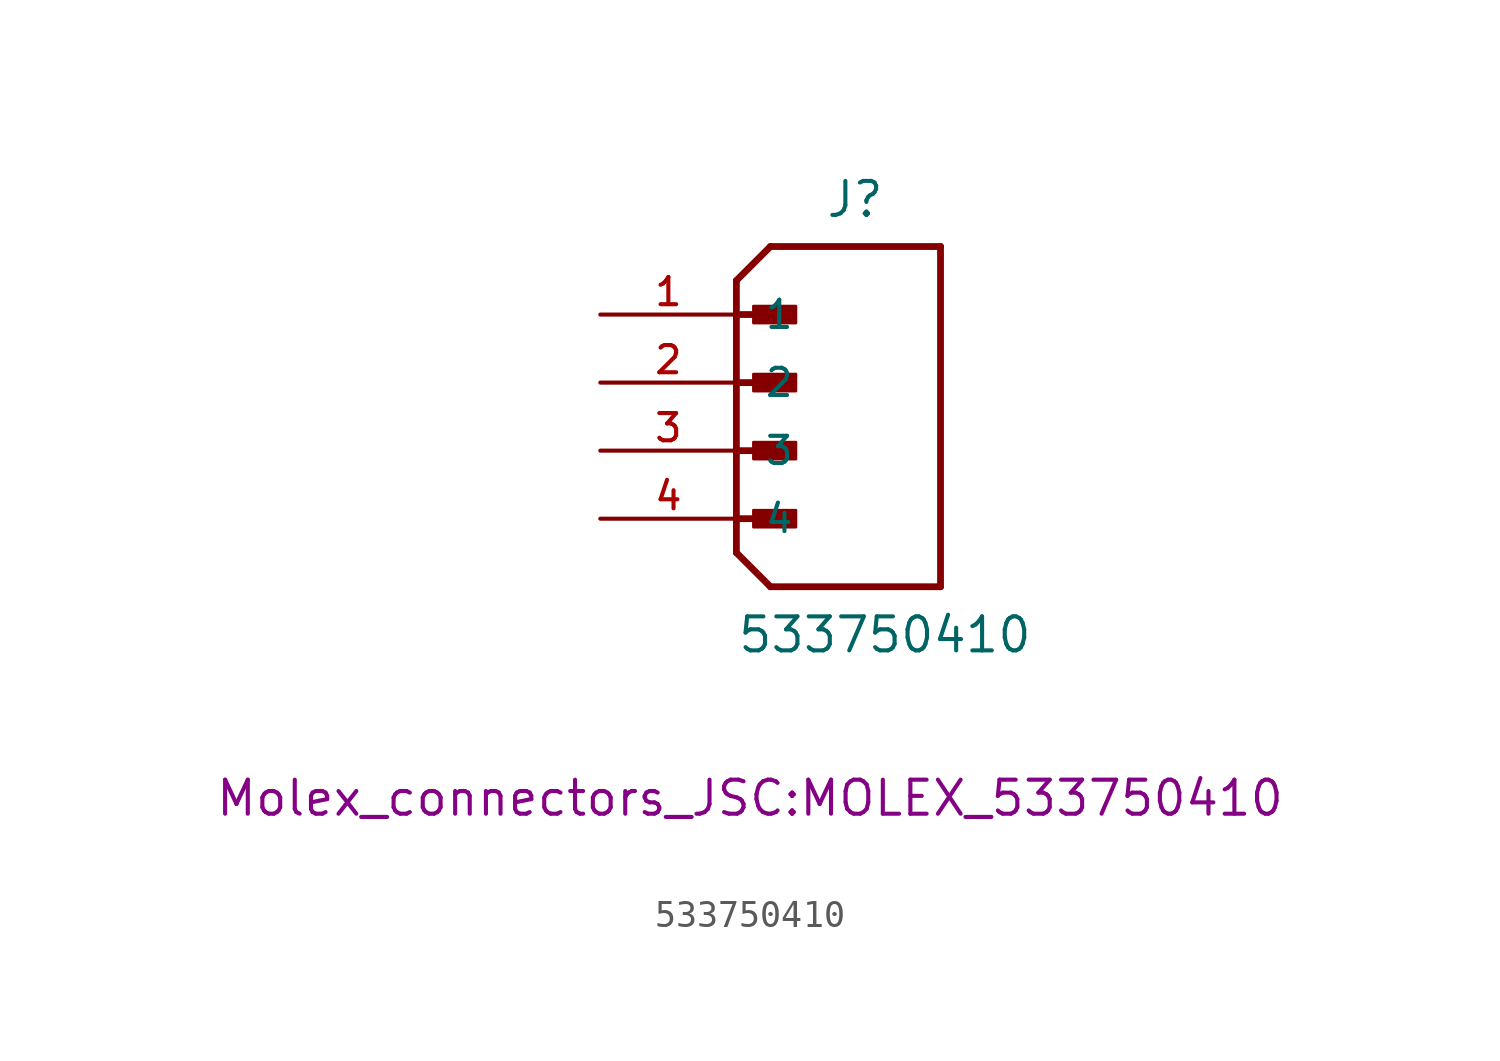
<source format=kicad_sym>
(kicad_symbol_lib
  (version 20211014)
  (generator kicad_symbol_editor)
  (symbol "533750410"
    (pin_names
      (offset 1.016))
    (property "Reference" "J"
      (at 3.302 6.096 0)
      (effects (font (size 1.27 1.27)) (justify left bottom)))
    (property "Value" "533750410"
      (at 0 -10.16 0)
      (effects (font (size 1.27 1.27)) (justify left bottom)))
    (property "Footprint" "Molex_connectors_JSC:MOLEX_533750410"
      (at 0.508 -16.256 0)
      (effects (font (size 1.27 1.27)) (justify bottom)))
    (symbol "533750410_0_0"
      (polyline (pts (xy 0 -6.35) (xy 1.27 -7.62)) (stroke (width 0.254) (type default) (color 0 0 0 0)) (fill (type none)))
      (polyline (pts (xy 0 -5.08) (xy 1.905 -5.08)) (stroke (width 0.254) (type default) (color 0 0 0 0)) (fill (type none)))
      (polyline (pts (xy 0 -2.54) (xy 1.905 -2.54)) (stroke (width 0.254) (type default) (color 0 0 0 0)) (fill (type none)))
      (polyline (pts (xy 0 0) (xy 1.905 0)) (stroke (width 0.254) (type default) (color 0 0 0 0)) (fill (type none)))
      (polyline (pts (xy 0 2.54) (xy 0 -6.35)) (stroke (width 0.254) (type default) (color 0 0 0 0)) (fill (type none)))
      (polyline (pts (xy 0 2.54) (xy 1.905 2.54)) (stroke (width 0.254) (type default) (color 0 0 0 0)) (fill (type none)))
      (polyline (pts (xy 0 3.81) (xy 0 2.54)) (stroke (width 0.254) (type default) (color 0 0 0 0)) (fill (type none)))
      (polyline (pts (xy 0 3.81) (xy 1.27 5.08)) (stroke (width 0.254) (type default) (color 0 0 0 0)) (fill (type none)))
      (polyline (pts (xy 1.27 -7.62) (xy 7.62 -7.62)) (stroke (width 0.254) (type default) (color 0 0 0 0)) (fill (type none)))
      (polyline (pts (xy 7.62 -7.62) (xy 7.62 5.08)) (stroke (width 0.254) (type default) (color 0 0 0 0)) (fill (type none)))
      (polyline (pts (xy 7.62 5.08) (xy 1.27 5.08)) (stroke (width 0.254) (type default) (color 0 0 0 0)) (fill (type none)))
      (rectangle (start 0.635 -5.397) (end 2.223 -4.763) (stroke (width 0.1) (type default) (color 0 0 0 0)) (fill (type outline)))
      (rectangle (start 0.635 -2.857) (end 2.223 -2.223) (stroke (width 0.1) (type default) (color 0 0 0 0)) (fill (type outline)))
      (rectangle (start 0.635 -0.318) (end 2.223 0.318) (stroke (width 0.1) (type default) (color 0 0 0 0)) (fill (type outline)))
      (rectangle (start 0.635 2.223) (end 2.223 2.857) (stroke (width 0.1) (type default) (color 0 0 0 0)) (fill (type outline)))
      (pin passive line (at -5.08 2.54 0) (length 5.08) (name "1" (effects (font (size 1.016 1.016)))) (number "1" (effects (font (size 1.016 1.016)))))
      (pin passive line (at -5.08 0 0) (length 5.08) (name "2" (effects (font (size 1.016 1.016)))) (number "2" (effects (font (size 1.016 1.016)))))
      (pin passive line (at -5.08 -2.54 0) (length 5.08) (name "3" (effects (font (size 1.016 1.016)))) (number "3" (effects (font (size 1.016 1.016)))))
      (pin passive line (at -5.08 -5.08 0) (length 5.08) (name "4" (effects (font (size 1.016 1.016)))) (number "4" (effects (font (size 1.016 1.016))))))))
</source>
